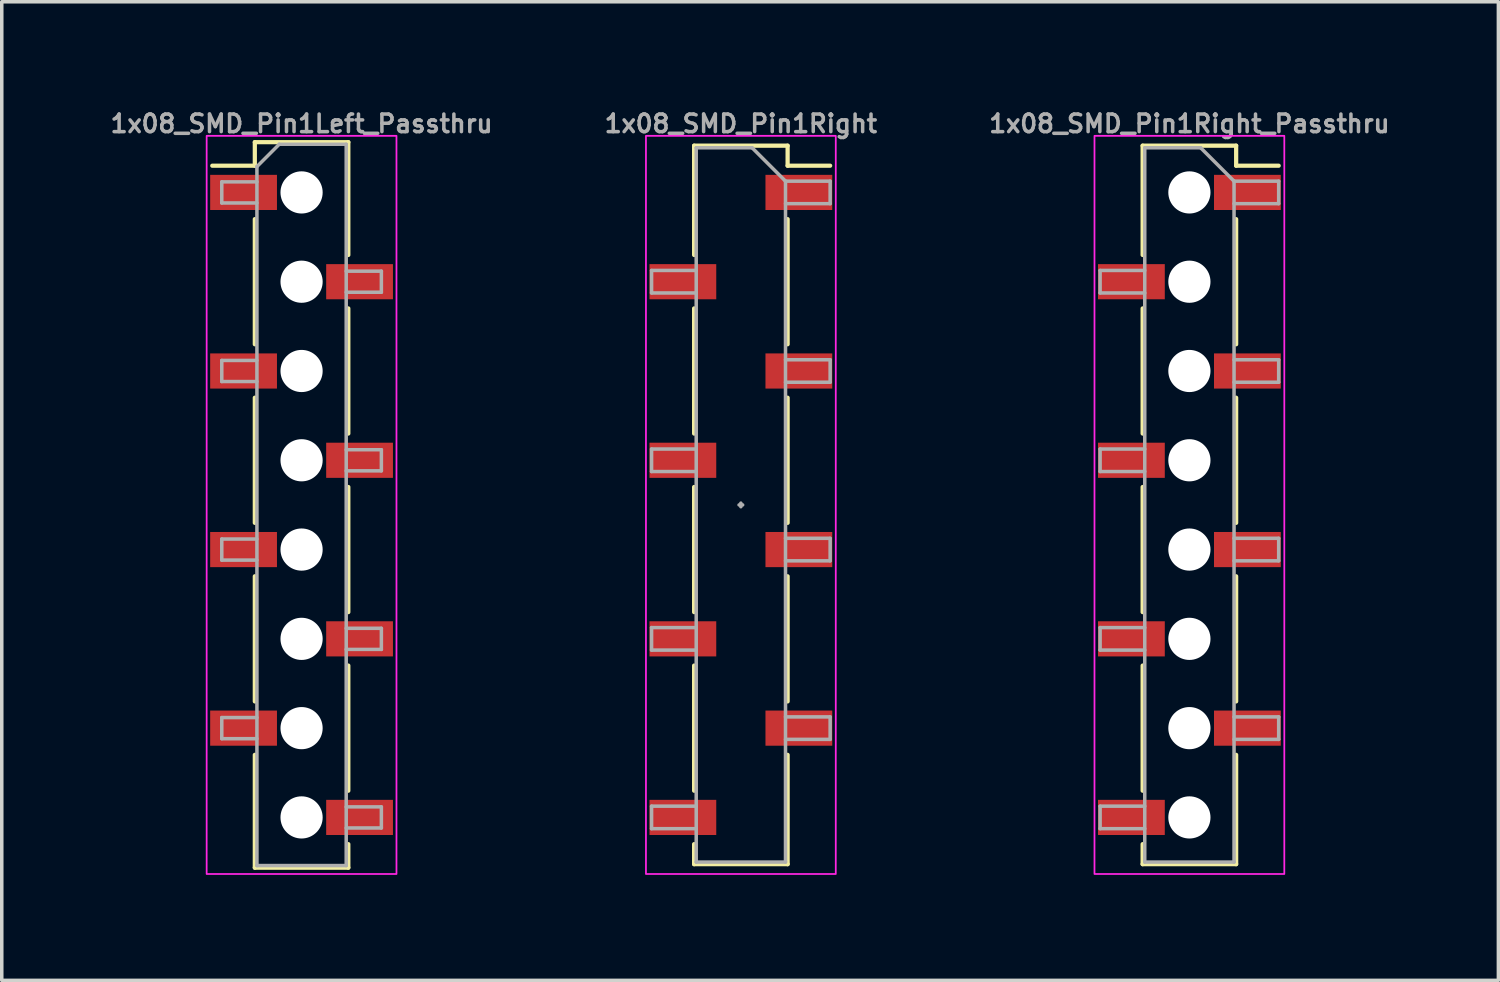
<source format=kicad_pcb>
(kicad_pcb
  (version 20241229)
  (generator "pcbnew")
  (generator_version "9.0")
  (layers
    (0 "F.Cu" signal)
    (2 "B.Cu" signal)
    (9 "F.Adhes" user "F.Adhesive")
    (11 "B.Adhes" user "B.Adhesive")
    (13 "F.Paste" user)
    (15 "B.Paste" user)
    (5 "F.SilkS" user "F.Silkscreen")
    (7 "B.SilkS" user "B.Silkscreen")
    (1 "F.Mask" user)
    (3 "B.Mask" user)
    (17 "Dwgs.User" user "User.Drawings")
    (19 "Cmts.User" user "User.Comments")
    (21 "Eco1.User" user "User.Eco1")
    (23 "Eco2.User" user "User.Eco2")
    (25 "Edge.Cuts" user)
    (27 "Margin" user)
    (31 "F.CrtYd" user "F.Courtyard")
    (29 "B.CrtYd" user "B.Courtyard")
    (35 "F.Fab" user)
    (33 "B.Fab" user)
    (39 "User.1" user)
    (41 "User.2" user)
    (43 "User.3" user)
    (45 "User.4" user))
  (footprint "1x08_SMD_Pin1Right"
    (layer "F.Cu")
    (at 18.026 11.314)
    (property "Reference" "1x08_SMD_Pin1Right" (at 0 -10.846 0) (layer "F.Fab") (effects (font (size 0.5 0.5) (thickness 0.1))))
    (attr smd)
    (fp_line (start -1.33 -10.22) (end -1.33 -7.11) (stroke (width 0.12) (type solid)) (layer "F.SilkS"))
    (fp_line (start -1.33 -10.22) (end 1.33 -10.22) (stroke (width 0.12) (type solid)) (layer "F.SilkS"))
    (fp_line (start -1.33 -5.59) (end -1.33 -2.03) (stroke (width 0.12) (type solid)) (layer "F.SilkS"))
    (fp_line (start -1.33 -0.51) (end -1.33 3.05) (stroke (width 0.12) (type solid)) (layer "F.SilkS"))
    (fp_line (start -1.33 4.57) (end -1.33 8.13) (stroke (width 0.12) (type solid)) (layer "F.SilkS"))
    (fp_line (start -1.33 9.65) (end -1.33 10.22) (stroke (width 0.12) (type solid)) (layer "F.SilkS"))
    (fp_line (start -1.33 10.22) (end 1.33 10.22) (stroke (width 0.12) (type solid)) (layer "F.SilkS"))
    (fp_line (start 1.33 -10.22) (end 1.33 -9.65) (stroke (width 0.12) (type solid)) (layer "F.SilkS"))
    (fp_line (start 1.33 -9.65) (end 2.54 -9.65) (stroke (width 0.12) (type solid)) (layer "F.SilkS"))
    (fp_line (start 1.33 -8.13) (end 1.33 -4.57) (stroke (width 0.12) (type solid)) (layer "F.SilkS"))
    (fp_line (start 1.33 -3.05) (end 1.33 0.51) (stroke (width 0.12) (type solid)) (layer "F.SilkS"))
    (fp_line (start 1.33 2.03) (end 1.33 5.59) (stroke (width 0.12) (type solid)) (layer "F.SilkS"))
    (fp_line (start 1.33 7.11) (end 1.33 10.22) (stroke (width 0.12) (type solid)) (layer "F.SilkS"))
    (fp_rect (start -2.7 -10.5) (end 2.7 10.5) (stroke (width 0.05) (type default)) (fill no) (layer "F.CrtYd"))
    (fp_line (start -2.54 -6.67) (end -2.54 -6.03) (stroke (width 0.1) (type solid)) (layer "F.Fab"))
    (fp_line (start -2.54 -6.03) (end -1.27 -6.03) (stroke (width 0.1) (type solid)) (layer "F.Fab"))
    (fp_line (start -2.54 -1.59) (end -2.54 -0.95) (stroke (width 0.1) (type solid)) (layer "F.Fab"))
    (fp_line (start -2.54 -0.95) (end -1.27 -0.95) (stroke (width 0.1) (type solid)) (layer "F.Fab"))
    (fp_line (start -2.54 3.49) (end -2.54 4.13) (stroke (width 0.1) (type solid)) (layer "F.Fab"))
    (fp_line (start -2.54 4.13) (end -1.27 4.13) (stroke (width 0.1) (type solid)) (layer "F.Fab"))
    (fp_line (start -2.54 8.57) (end -2.54 9.21) (stroke (width 0.1) (type solid)) (layer "F.Fab"))
    (fp_line (start -2.54 9.21) (end -1.27 9.21) (stroke (width 0.1) (type solid)) (layer "F.Fab"))
    (fp_line (start -1.27 -10.16) (end -1.27 10.16) (stroke (width 0.1) (type solid)) (layer "F.Fab"))
    (fp_line (start -1.27 -10.16) (end 0.32 -10.16) (stroke (width 0.1) (type solid)) (layer "F.Fab"))
    (fp_line (start -1.27 -6.67) (end -2.54 -6.67) (stroke (width 0.1) (type solid)) (layer "F.Fab"))
    (fp_line (start -1.27 -1.59) (end -2.54 -1.59) (stroke (width 0.1) (type solid)) (layer "F.Fab"))
    (fp_line (start -1.27 3.49) (end -2.54 3.49) (stroke (width 0.1) (type solid)) (layer "F.Fab"))
    (fp_line (start -1.27 8.57) (end -2.54 8.57) (stroke (width 0.1) (type solid)) (layer "F.Fab"))
    (fp_line (start 0 -0.051) (end 0 0.051) (stroke (width 0.1) (type default)) (layer "F.Fab"))
    (fp_line (start 0.051 0) (end -0.051 0) (stroke (width 0.1) (type default)) (layer "F.Fab"))
    (fp_line (start 1.27 -9.21) (end 0.32 -10.16) (stroke (width 0.1) (type solid)) (layer "F.Fab"))
    (fp_line (start 1.27 -9.21) (end 2.54 -9.21) (stroke (width 0.1) (type solid)) (layer "F.Fab"))
    (fp_line (start 1.27 -4.13) (end 2.54 -4.13) (stroke (width 0.1) (type solid)) (layer "F.Fab"))
    (fp_line (start 1.27 0.95) (end 2.54 0.95) (stroke (width 0.1) (type solid)) (layer "F.Fab"))
    (fp_line (start 1.27 6.03) (end 2.54 6.03) (stroke (width 0.1) (type solid)) (layer "F.Fab"))
    (fp_line (start 1.27 10.16) (end -1.27 10.16) (stroke (width 0.1) (type solid)) (layer "F.Fab"))
    (fp_line (start 1.27 10.16) (end 1.27 -9.21) (stroke (width 0.1) (type solid)) (layer "F.Fab"))
    (fp_line (start 2.54 -9.21) (end 2.54 -8.57) (stroke (width 0.1) (type solid)) (layer "F.Fab"))
    (fp_line (start 2.54 -8.57) (end 1.27 -8.57) (stroke (width 0.1) (type solid)) (layer "F.Fab"))
    (fp_line (start 2.54 -4.13) (end 2.54 -3.49) (stroke (width 0.1) (type solid)) (layer "F.Fab"))
    (fp_line (start 2.54 -3.49) (end 1.27 -3.49) (stroke (width 0.1) (type solid)) (layer "F.Fab"))
    (fp_line (start 2.54 0.95) (end 2.54 1.59) (stroke (width 0.1) (type solid)) (layer "F.Fab"))
    (fp_line (start 2.54 1.59) (end 1.27 1.59) (stroke (width 0.1) (type solid)) (layer "F.Fab"))
    (fp_line (start 2.54 6.03) (end 2.54 6.67) (stroke (width 0.1) (type solid)) (layer "F.Fab"))
    (fp_line (start 2.54 6.67) (end 1.27 6.67) (stroke (width 0.1) (type solid)) (layer "F.Fab"))
    (pad "1" smd rect (at 1.65 -8.89) (size 1.9 1) (layers "F.Cu" "F.Mask" "F.Paste"))
    (pad "2" smd rect (at -1.65 -6.35) (size 1.9 1) (layers "F.Cu" "F.Mask" "F.Paste"))
    (pad "3" smd rect (at 1.65 -3.81) (size 1.9 1) (layers "F.Cu" "F.Mask" "F.Paste"))
    (pad "4" smd rect (at -1.65 -1.27) (size 1.9 1) (layers "F.Cu" "F.Mask" "F.Paste"))
    (pad "5" smd rect (at 1.65 1.27) (size 1.9 1) (layers "F.Cu" "F.Mask" "F.Paste"))
    (pad "6" smd rect (at -1.65 3.81) (size 1.9 1) (layers "F.Cu" "F.Mask" "F.Paste"))
    (pad "7" smd rect (at 1.65 6.35) (size 1.9 1) (layers "F.Cu" "F.Mask" "F.Paste"))
    (pad "8" smd rect (at -1.65 8.89) (size 1.9 1) (layers "F.Cu" "F.Mask" "F.Paste")))
  (footprint "1x08_SMD_Pin1Right_Passthru"
    (layer "F.Cu")
    (at 30.786 11.314)
    (property "Reference" "1x08_SMD_Pin1Right_Passthru" (at 0 -10.846 0) (layer "F.Fab") (effects (font (size 0.5 0.5) (thickness 0.1))))
    (attr smd)
    (fp_line (start -1.33 -10.22) (end -1.33 -7.11) (stroke (width 0.12) (type solid)) (layer "F.SilkS"))
    (fp_line (start -1.33 -10.22) (end 1.33 -10.22) (stroke (width 0.12) (type solid)) (layer "F.SilkS"))
    (fp_line (start -1.33 -5.59) (end -1.33 -2.03) (stroke (width 0.12) (type solid)) (layer "F.SilkS"))
    (fp_line (start -1.33 -0.51) (end -1.33 3.05) (stroke (width 0.12) (type solid)) (layer "F.SilkS"))
    (fp_line (start -1.33 4.57) (end -1.33 8.13) (stroke (width 0.12) (type solid)) (layer "F.SilkS"))
    (fp_line (start -1.33 9.65) (end -1.33 10.22) (stroke (width 0.12) (type solid)) (layer "F.SilkS"))
    (fp_line (start -1.33 10.22) (end 1.33 10.22) (stroke (width 0.12) (type solid)) (layer "F.SilkS"))
    (fp_line (start 1.33 -10.22) (end 1.33 -9.65) (stroke (width 0.12) (type solid)) (layer "F.SilkS"))
    (fp_line (start 1.33 -9.65) (end 2.54 -9.65) (stroke (width 0.12) (type solid)) (layer "F.SilkS"))
    (fp_line (start 1.33 -8.13) (end 1.33 -4.57) (stroke (width 0.12) (type solid)) (layer "F.SilkS"))
    (fp_line (start 1.33 -3.05) (end 1.33 0.51) (stroke (width 0.12) (type solid)) (layer "F.SilkS"))
    (fp_line (start 1.33 2.03) (end 1.33 5.59) (stroke (width 0.12) (type solid)) (layer "F.SilkS"))
    (fp_line (start 1.33 7.11) (end 1.33 10.22) (stroke (width 0.12) (type solid)) (layer "F.SilkS"))
    (fp_rect (start -2.7 -10.5) (end 2.7 10.5) (stroke (width 0.05) (type default)) (fill no) (layer "F.CrtYd"))
    (fp_line (start -2.54 -6.67) (end -2.54 -6.03) (stroke (width 0.1) (type solid)) (layer "F.Fab"))
    (fp_line (start -2.54 -6.03) (end -1.27 -6.03) (stroke (width 0.1) (type solid)) (layer "F.Fab"))
    (fp_line (start -2.54 -1.59) (end -2.54 -0.95) (stroke (width 0.1) (type solid)) (layer "F.Fab"))
    (fp_line (start -2.54 -0.95) (end -1.27 -0.95) (stroke (width 0.1) (type solid)) (layer "F.Fab"))
    (fp_line (start -2.54 3.49) (end -2.54 4.13) (stroke (width 0.1) (type solid)) (layer "F.Fab"))
    (fp_line (start -2.54 4.13) (end -1.27 4.13) (stroke (width 0.1) (type solid)) (layer "F.Fab"))
    (fp_line (start -2.54 8.57) (end -2.54 9.21) (stroke (width 0.1) (type solid)) (layer "F.Fab"))
    (fp_line (start -2.54 9.21) (end -1.27 9.21) (stroke (width 0.1) (type solid)) (layer "F.Fab"))
    (fp_line (start -1.27 -10.16) (end -1.27 10.16) (stroke (width 0.1) (type solid)) (layer "F.Fab"))
    (fp_line (start -1.27 -10.16) (end 0.32 -10.16) (stroke (width 0.1) (type solid)) (layer "F.Fab"))
    (fp_line (start -1.27 -6.67) (end -2.54 -6.67) (stroke (width 0.1) (type solid)) (layer "F.Fab"))
    (fp_line (start -1.27 -1.59) (end -2.54 -1.59) (stroke (width 0.1) (type solid)) (layer "F.Fab"))
    (fp_line (start -1.27 3.49) (end -2.54 3.49) (stroke (width 0.1) (type solid)) (layer "F.Fab"))
    (fp_line (start -1.27 8.57) (end -2.54 8.57) (stroke (width 0.1) (type solid)) (layer "F.Fab"))
    (fp_line (start 1.27 -9.21) (end 0.32 -10.16) (stroke (width 0.1) (type solid)) (layer "F.Fab"))
    (fp_line (start 1.27 -9.21) (end 2.54 -9.21) (stroke (width 0.1) (type solid)) (layer "F.Fab"))
    (fp_line (start 1.27 -4.13) (end 2.54 -4.13) (stroke (width 0.1) (type solid)) (layer "F.Fab"))
    (fp_line (start 1.27 0.95) (end 2.54 0.95) (stroke (width 0.1) (type solid)) (layer "F.Fab"))
    (fp_line (start 1.27 6.03) (end 2.54 6.03) (stroke (width 0.1) (type solid)) (layer "F.Fab"))
    (fp_line (start 1.27 10.16) (end -1.27 10.16) (stroke (width 0.1) (type solid)) (layer "F.Fab"))
    (fp_line (start 1.27 10.16) (end 1.27 -9.21) (stroke (width 0.1) (type solid)) (layer "F.Fab"))
    (fp_line (start 2.54 -9.21) (end 2.54 -8.57) (stroke (width 0.1) (type solid)) (layer "F.Fab"))
    (fp_line (start 2.54 -8.57) (end 1.27 -8.57) (stroke (width 0.1) (type solid)) (layer "F.Fab"))
    (fp_line (start 2.54 -4.13) (end 2.54 -3.49) (stroke (width 0.1) (type solid)) (layer "F.Fab"))
    (fp_line (start 2.54 -3.49) (end 1.27 -3.49) (stroke (width 0.1) (type solid)) (layer "F.Fab"))
    (fp_line (start 2.54 0.95) (end 2.54 1.59) (stroke (width 0.1) (type solid)) (layer "F.Fab"))
    (fp_line (start 2.54 1.59) (end 1.27 1.59) (stroke (width 0.1) (type solid)) (layer "F.Fab"))
    (fp_line (start 2.54 6.03) (end 2.54 6.67) (stroke (width 0.1) (type solid)) (layer "F.Fab"))
    (fp_line (start 2.54 6.67) (end 1.27 6.67) (stroke (width 0.1) (type solid)) (layer "F.Fab"))
    (pad "" np_thru_hole circle (at 0 -8.89) (size 1.2 1.2) (drill 1.2) (layers "*.Cu" "*.Mask"))
    (pad "" np_thru_hole circle (at 0 -6.35) (size 1.2 1.2) (drill 1.2) (layers "*.Cu" "*.Mask"))
    (pad "" np_thru_hole circle (at 0 -3.81) (size 1.2 1.2) (drill 1.2) (layers "*.Cu" "*.Mask"))
    (pad "" np_thru_hole circle (at 0 -1.27) (size 1.2 1.2) (drill 1.2) (layers "*.Cu" "*.Mask"))
    (pad "" np_thru_hole circle (at 0 1.27) (size 1.2 1.2) (drill 1.2) (layers "*.Cu" "*.Mask"))
    (pad "" np_thru_hole circle (at 0 3.81) (size 1.2 1.2) (drill 1.2) (layers "*.Cu" "*.Mask"))
    (pad "" np_thru_hole circle (at 0 6.35) (size 1.2 1.2) (drill 1.2) (layers "*.Cu" "*.Mask"))
    (pad "" np_thru_hole circle (at 0 8.89) (size 1.2 1.2) (drill 1.2) (layers "*.Cu" "*.Mask"))
    (pad "1" smd rect (at 1.65 -8.89) (size 1.9 1) (layers "F.Cu" "F.Mask" "F.Paste"))
    (pad "2" smd rect (at -1.65 -6.35) (size 1.9 1) (layers "F.Cu" "F.Mask" "F.Paste"))
    (pad "3" smd rect (at 1.65 -3.81) (size 1.9 1) (layers "F.Cu" "F.Mask" "F.Paste"))
    (pad "4" smd rect (at -1.65 -1.27) (size 1.9 1) (layers "F.Cu" "F.Mask" "F.Paste"))
    (pad "5" smd rect (at 1.65 1.27) (size 1.9 1) (layers "F.Cu" "F.Mask" "F.Paste"))
    (pad "6" smd rect (at -1.65 3.81) (size 1.9 1) (layers "F.Cu" "F.Mask" "F.Paste"))
    (pad "7" smd rect (at 1.65 6.35) (size 1.9 1) (layers "F.Cu" "F.Mask" "F.Paste"))
    (pad "8" smd rect (at -1.65 8.89) (size 1.9 1) (layers "F.Cu" "F.Mask" "F.Paste")))
  (footprint "1x08_SMD_Pin1Left_Passthru"
    (layer "F.Cu")
    (at 5.529 11.314)
    (property "Reference" "1x08_SMD_Pin1Left_Passthru" (at 0 -10.846 0) (layer "F.Fab") (effects (font (size 0.5 0.5) (thickness 0.1))))
    (attr smd)
    (fp_line (start -2.54 -9.65) (end -1.33 -9.65) (stroke (width 0.12) (type solid)) (layer "F.SilkS"))
    (fp_line (start -1.33 -10.32) (end -1.33 -9.65) (stroke (width 0.12) (type solid)) (layer "F.SilkS"))
    (fp_line (start -1.33 -10.32) (end 1.33 -10.32) (stroke (width 0.12) (type solid)) (layer "F.SilkS"))
    (fp_line (start -1.33 -8.13) (end -1.33 -4.57) (stroke (width 0.12) (type solid)) (layer "F.SilkS"))
    (fp_line (start -1.33 -3.05) (end -1.33 0.51) (stroke (width 0.12) (type solid)) (layer "F.SilkS"))
    (fp_line (start -1.33 2.03) (end -1.33 5.59) (stroke (width 0.12) (type solid)) (layer "F.SilkS"))
    (fp_line (start -1.33 7.11) (end -1.33 10.32) (stroke (width 0.12) (type solid)) (layer "F.SilkS"))
    (fp_line (start -1.33 10.32) (end 1.33 10.32) (stroke (width 0.12) (type solid)) (layer "F.SilkS"))
    (fp_line (start 1.33 -10.32) (end 1.33 -7.11) (stroke (width 0.12) (type solid)) (layer "F.SilkS"))
    (fp_line (start 1.33 -5.59) (end 1.33 -2.03) (stroke (width 0.12) (type solid)) (layer "F.SilkS"))
    (fp_line (start 1.33 -0.51) (end 1.33 3.05) (stroke (width 0.12) (type solid)) (layer "F.SilkS"))
    (fp_line (start 1.33 4.57) (end 1.33 8.13) (stroke (width 0.12) (type solid)) (layer "F.SilkS"))
    (fp_line (start 1.33 9.65) (end 1.33 10.32) (stroke (width 0.12) (type solid)) (layer "F.SilkS"))
    (fp_rect (start -2.7 -10.5) (end 2.7 10.5) (stroke (width 0.05) (type default)) (fill no) (layer "F.CrtYd"))
    (fp_line (start -2.27 -9.19) (end -1.27 -9.19) (stroke (width 0.1) (type solid)) (layer "F.Fab"))
    (fp_line (start -2.27 -8.59) (end -2.27 -9.19) (stroke (width 0.1) (type solid)) (layer "F.Fab"))
    (fp_line (start -2.27 -4.11) (end -1.27 -4.11) (stroke (width 0.1) (type solid)) (layer "F.Fab"))
    (fp_line (start -2.27 -3.51) (end -2.27 -4.11) (stroke (width 0.1) (type solid)) (layer "F.Fab"))
    (fp_line (start -2.27 0.97) (end -1.27 0.97) (stroke (width 0.1) (type solid)) (layer "F.Fab"))
    (fp_line (start -2.27 1.57) (end -2.27 0.97) (stroke (width 0.1) (type solid)) (layer "F.Fab"))
    (fp_line (start -2.27 6.05) (end -1.27 6.05) (stroke (width 0.1) (type solid)) (layer "F.Fab"))
    (fp_line (start -2.27 6.65) (end -2.27 6.05) (stroke (width 0.1) (type solid)) (layer "F.Fab"))
    (fp_line (start -1.27 -9.625) (end -0.635 -10.26) (stroke (width 0.1) (type solid)) (layer "F.Fab"))
    (fp_line (start -1.27 -8.59) (end -2.27 -8.59) (stroke (width 0.1) (type solid)) (layer "F.Fab"))
    (fp_line (start -1.27 -3.51) (end -2.27 -3.51) (stroke (width 0.1) (type solid)) (layer "F.Fab"))
    (fp_line (start -1.27 1.57) (end -2.27 1.57) (stroke (width 0.1) (type solid)) (layer "F.Fab"))
    (fp_line (start -1.27 6.65) (end -2.27 6.65) (stroke (width 0.1) (type solid)) (layer "F.Fab"))
    (fp_line (start -1.27 10.26) (end -1.27 -9.625) (stroke (width 0.1) (type solid)) (layer "F.Fab"))
    (fp_line (start -0.635 -10.26) (end 1.27 -10.26) (stroke (width 0.1) (type solid)) (layer "F.Fab"))
    (fp_line (start 1.27 -10.26) (end 1.27 10.26) (stroke (width 0.1) (type solid)) (layer "F.Fab"))
    (fp_line (start 1.27 -6.65) (end 2.27 -6.65) (stroke (width 0.1) (type solid)) (layer "F.Fab"))
    (fp_line (start 1.27 -1.57) (end 2.27 -1.57) (stroke (width 0.1) (type solid)) (layer "F.Fab"))
    (fp_line (start 1.27 3.51) (end 2.27 3.51) (stroke (width 0.1) (type solid)) (layer "F.Fab"))
    (fp_line (start 1.27 8.59) (end 2.27 8.59) (stroke (width 0.1) (type solid)) (layer "F.Fab"))
    (fp_line (start 1.27 10.26) (end -1.27 10.26) (stroke (width 0.1) (type solid)) (layer "F.Fab"))
    (fp_line (start 2.27 -6.65) (end 2.27 -6.05) (stroke (width 0.1) (type solid)) (layer "F.Fab"))
    (fp_line (start 2.27 -6.05) (end 1.27 -6.05) (stroke (width 0.1) (type solid)) (layer "F.Fab"))
    (fp_line (start 2.27 -1.57) (end 2.27 -0.97) (stroke (width 0.1) (type solid)) (layer "F.Fab"))
    (fp_line (start 2.27 -0.97) (end 1.27 -0.97) (stroke (width 0.1) (type solid)) (layer "F.Fab"))
    (fp_line (start 2.27 3.51) (end 2.27 4.11) (stroke (width 0.1) (type solid)) (layer "F.Fab"))
    (fp_line (start 2.27 4.11) (end 1.27 4.11) (stroke (width 0.1) (type solid)) (layer "F.Fab"))
    (fp_line (start 2.27 8.59) (end 2.27 9.19) (stroke (width 0.1) (type solid)) (layer "F.Fab"))
    (fp_line (start 2.27 9.19) (end 1.27 9.19) (stroke (width 0.1) (type solid)) (layer "F.Fab"))
    (pad "" np_thru_hole circle (at 0 -8.89) (size 1.2 1.2) (drill 1.2) (layers "*.Cu" "*.Mask"))
    (pad "" np_thru_hole circle (at 0 -6.35) (size 1.2 1.2) (drill 1.2) (layers "*.Cu" "*.Mask"))
    (pad "" np_thru_hole circle (at 0 -3.81) (size 1.2 1.2) (drill 1.2) (layers "*.Cu" "*.Mask"))
    (pad "" np_thru_hole circle (at 0 -1.27) (size 1.2 1.2) (drill 1.2) (layers "*.Cu" "*.Mask"))
    (pad "" np_thru_hole circle (at 0 1.27) (size 1.2 1.2) (drill 1.2) (layers "*.Cu" "*.Mask"))
    (pad "" np_thru_hole circle (at 0 3.81) (size 1.2 1.2) (drill 1.2) (layers "*.Cu" "*.Mask"))
    (pad "" np_thru_hole circle (at 0 6.35) (size 1.2 1.2) (drill 1.2) (layers "*.Cu" "*.Mask"))
    (pad "" np_thru_hole circle (at 0 8.89) (size 1.2 1.2) (drill 1.2) (layers "*.Cu" "*.Mask"))
    (pad "1" smd rect (at -1.65 -8.89) (size 1.9 1) (layers "F.Cu" "F.Mask" "F.Paste"))
    (pad "2" smd rect (at 1.65 -6.35) (size 1.9 1) (layers "F.Cu" "F.Mask" "F.Paste"))
    (pad "3" smd rect (at -1.65 -3.81) (size 1.9 1) (layers "F.Cu" "F.Mask" "F.Paste"))
    (pad "4" smd rect (at 1.65 -1.27) (size 1.9 1) (layers "F.Cu" "F.Mask" "F.Paste"))
    (pad "5" smd rect (at -1.65 1.27) (size 1.9 1) (layers "F.Cu" "F.Mask" "F.Paste"))
    (pad "6" smd rect (at 1.65 3.81) (size 1.9 1) (layers "F.Cu" "F.Mask" "F.Paste"))
    (pad "7" smd rect (at -1.65 6.35) (size 1.9 1) (layers "F.Cu" "F.Mask" "F.Paste"))
    (pad "8" smd rect (at 1.65 8.89) (size 1.9 1) (layers "F.Cu" "F.Mask" "F.Paste")))
  (gr_rect
    (start -3 -3)
    (end 39.576 24.839)
    (stroke (width 0.1) (type default))
    (fill no)
    (layer "Edge.Cuts")))
</source>
